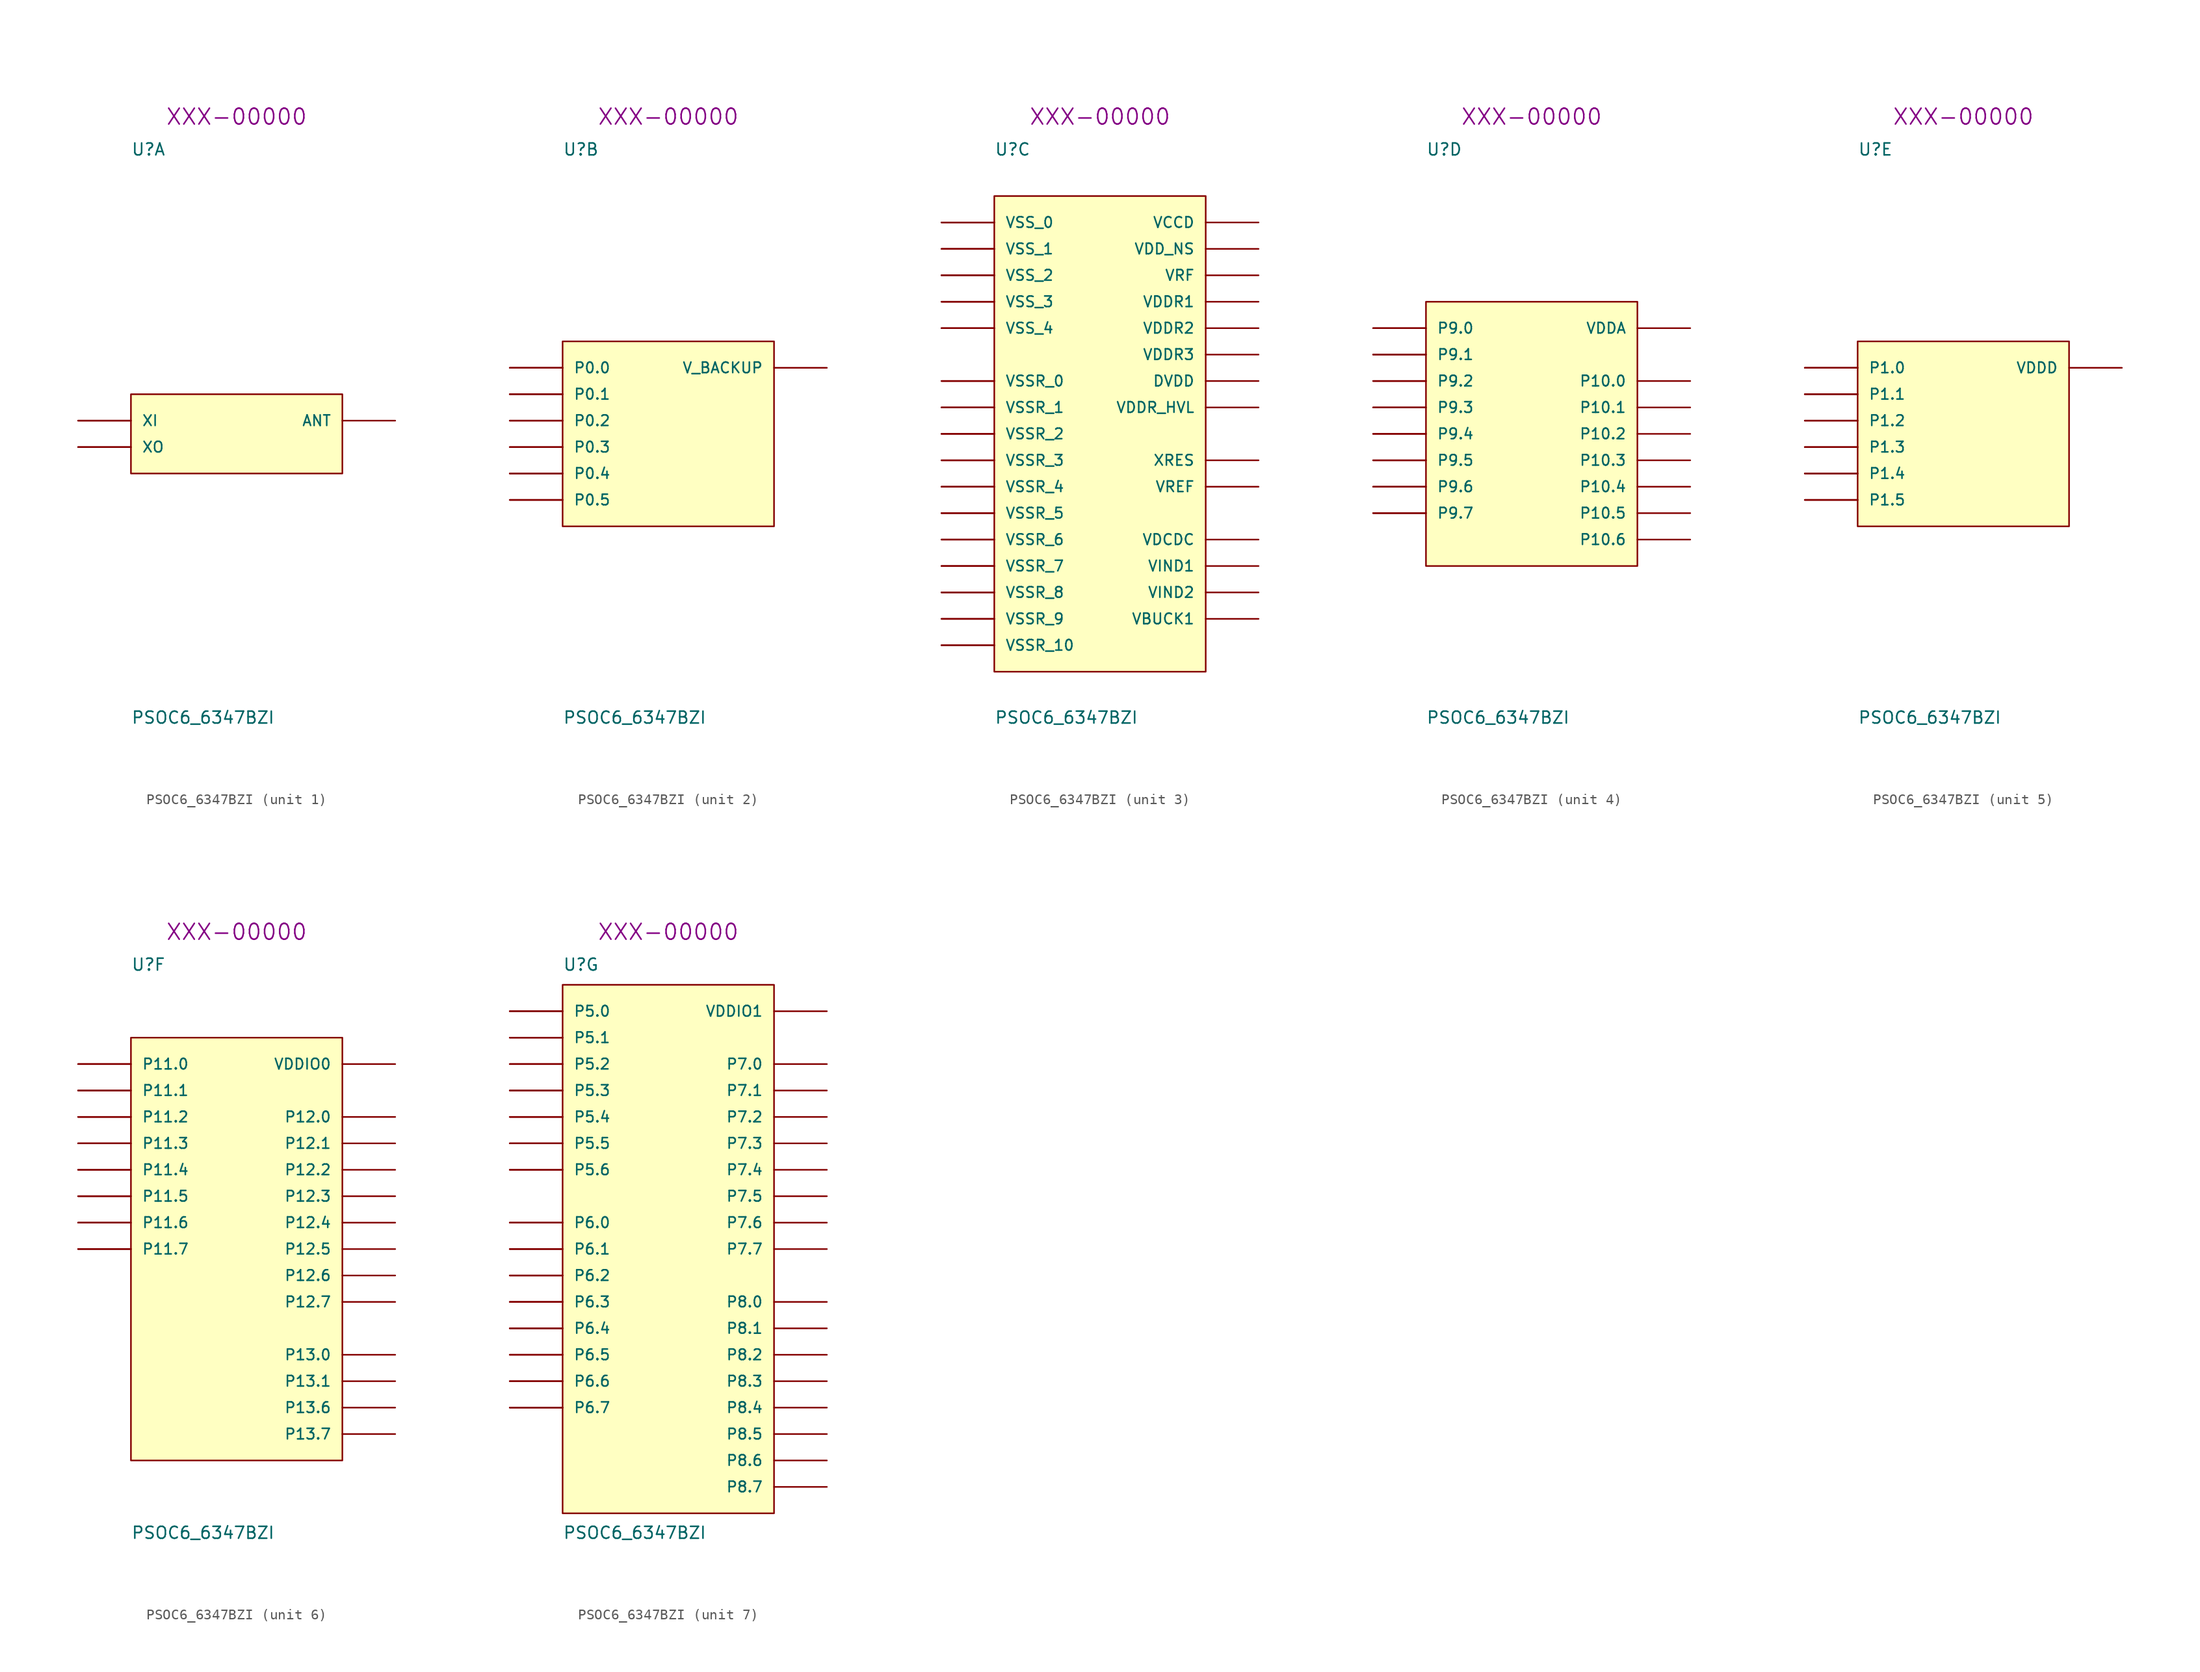
<source format=kicad_sym>
(kicad_symbol_lib
  (version 20220914)
  (generator kicad_symbol_editor)
  (symbol "PSOC6_6347BZI"
    (pin_names
      (offset 1.016))
    (property "Reference" "U"
      (at -10.16 26.67 0)
      (effects (font (size 1.143 1.143)) (justify left bottom)))
    (property "Value" "PSOC6_6347BZI"
      (at -10.16 -27.94 0)
      (effects (font (size 1.143 1.143)) (justify left bottom)))
    (property "Field4" "XXX-00000"
      (at 0 30.48 0)
      (effects (font (size 1.524 1.524))))
    (property "ki_locked" ""
      (at 0 0 0)
      (effects (font (size 1.27 1.27))))
    (symbol "PSOC6_6347BZI_1_0"
      (polyline (pts (xy -15.24 -1.27) (xy -10.16 -1.27)) (stroke (width 0) (type solid)) (fill (type none)))
      (polyline (pts (xy -15.24 1.27) (xy -10.16 1.27)) (stroke (width 0) (type solid)) (fill (type none))))
    (symbol "PSOC6_6347BZI_1_1"
      (polyline (pts (xy -10.16 3.81) (xy 10.16 3.81) (xy 10.16 -3.81) (xy -10.16 -3.81) (xy -10.16 3.81)) (stroke (width 0) (type solid)) (fill (type background)))
      (pin bidirectional line (at 15.24 1.27 180) (length 5.08) (name "ANT" (effects (font (size 1.016 1.016)))) (number "~" (effects (font (size 1.016 1.016)))))
      (pin bidirectional line (at -15.24 1.27 0) (length 5.08) (name "XI" (effects (font (size 1.016 1.016)))) (number "~" (effects (font (size 1.016 1.016)))))
      (pin bidirectional line (at -15.24 -1.27 0) (length 5.08) (name "XO" (effects (font (size 1.016 1.016)))) (number "~" (effects (font (size 1.016 1.016))))))
    (symbol "PSOC6_6347BZI_2_0"
      (polyline (pts (xy -15.24 -6.35) (xy -10.16 -6.35)) (stroke (width 0) (type solid)) (fill (type none)))
      (polyline (pts (xy -15.24 -3.81) (xy -10.16 -3.81)) (stroke (width 0) (type solid)) (fill (type none)))
      (polyline (pts (xy -15.24 -1.27) (xy -10.16 -1.27)) (stroke (width 0) (type solid)) (fill (type none)))
      (polyline (pts (xy -15.24 1.27) (xy -10.16 1.27)) (stroke (width 0) (type solid)) (fill (type none)))
      (polyline (pts (xy -15.24 3.81) (xy -10.16 3.81)) (stroke (width 0) (type solid)) (fill (type none)))
      (polyline (pts (xy -15.24 6.35) (xy -10.16 6.35)) (stroke (width 0) (type solid)) (fill (type none))))
    (symbol "PSOC6_6347BZI_2_1"
      (polyline (pts (xy -10.16 8.89) (xy -10.16 -8.89) (xy 10.16 -8.89) (xy 10.16 8.89) (xy -10.16 8.89)) (stroke (width 0) (type solid)) (fill (type background)))
      (pin bidirectional line (at -15.24 6.35 0) (length 5.08) (name "P0.0" (effects (font (size 1.016 1.016)))) (number "~" (effects (font (size 1.016 1.016)))))
      (pin bidirectional line (at -15.24 3.81 0) (length 5.08) (name "P0.1" (effects (font (size 1.016 1.016)))) (number "~" (effects (font (size 1.016 1.016)))))
      (pin bidirectional line (at -15.24 1.27 0) (length 5.08) (name "P0.2" (effects (font (size 1.016 1.016)))) (number "~" (effects (font (size 1.016 1.016)))))
      (pin bidirectional line (at -15.24 -1.27 0) (length 5.08) (name "P0.3" (effects (font (size 1.016 1.016)))) (number "~" (effects (font (size 1.016 1.016)))))
      (pin bidirectional line (at -15.24 -3.81 0) (length 5.08) (name "P0.4" (effects (font (size 1.016 1.016)))) (number "~" (effects (font (size 1.016 1.016)))))
      (pin bidirectional line (at -15.24 -6.35 0) (length 5.08) (name "P0.5" (effects (font (size 1.016 1.016)))) (number "~" (effects (font (size 1.016 1.016)))))
      (pin bidirectional line (at 15.24 6.35 180) (length 5.08) (name "V_BACKUP" (effects (font (size 1.016 1.016)))) (number "~" (effects (font (size 1.016 1.016))))))
    (symbol "PSOC6_6347BZI_3_0"
      (polyline (pts (xy -15.24 -20.32) (xy -10.16 -20.32)) (stroke (width 0) (type solid)) (fill (type none)))
      (polyline (pts (xy -15.24 -17.78) (xy -10.16 -17.78)) (stroke (width 0) (type solid)) (fill (type none)))
      (polyline (pts (xy -15.24 -15.24) (xy -10.16 -15.24)) (stroke (width 0) (type solid)) (fill (type none)))
      (polyline (pts (xy -15.24 -12.7) (xy -10.16 -12.7)) (stroke (width 0) (type solid)) (fill (type none)))
      (polyline (pts (xy -15.24 -10.16) (xy -10.16 -10.16)) (stroke (width 0) (type solid)) (fill (type none)))
      (polyline (pts (xy -15.24 -7.62) (xy -10.16 -7.62)) (stroke (width 0) (type solid)) (fill (type none)))
      (polyline (pts (xy -15.24 -5.08) (xy -10.16 -5.08)) (stroke (width 0) (type solid)) (fill (type none)))
      (polyline (pts (xy -15.24 -2.54) (xy -10.16 -2.54)) (stroke (width 0) (type solid)) (fill (type none)))
      (polyline (pts (xy -15.24 0) (xy -10.16 0)) (stroke (width 0) (type solid)) (fill (type none)))
      (polyline (pts (xy -15.24 2.54) (xy -10.16 2.54)) (stroke (width 0) (type solid)) (fill (type none)))
      (polyline (pts (xy -15.24 5.08) (xy -10.16 5.08)) (stroke (width 0) (type solid)) (fill (type none)))
      (polyline (pts (xy -15.24 10.16) (xy -10.16 10.16)) (stroke (width 0) (type solid)) (fill (type none)))
      (polyline (pts (xy -15.24 12.7) (xy -10.16 12.7)) (stroke (width 0) (type solid)) (fill (type none)))
      (polyline (pts (xy -15.24 15.24) (xy -10.16 15.24)) (stroke (width 0) (type solid)) (fill (type none)))
      (polyline (pts (xy -15.24 17.78) (xy -10.16 17.78)) (stroke (width 0) (type solid)) (fill (type none)))
      (polyline (pts (xy -15.24 20.32) (xy -10.16 20.32)) (stroke (width 0) (type solid)) (fill (type none))))
    (symbol "PSOC6_6347BZI_3_1"
      (polyline (pts (xy -10.16 22.86) (xy 10.16 22.86) (xy 10.16 -22.86) (xy -10.16 -22.86) (xy -10.16 22.86)) (stroke (width 0) (type solid)) (fill (type background)))
      (pin bidirectional line (at 15.24 5.08 180) (length 5.08) (name "DVDD" (effects (font (size 1.016 1.016)))) (number "~" (effects (font (size 1.016 1.016)))))
      (pin bidirectional line (at 15.24 -17.78 180) (length 5.08) (name "VBUCK1" (effects (font (size 1.016 1.016)))) (number "~" (effects (font (size 1.016 1.016)))))
      (pin bidirectional line (at 15.24 20.32 180) (length 5.08) (name "VCCD" (effects (font (size 1.016 1.016)))) (number "~" (effects (font (size 1.016 1.016)))))
      (pin bidirectional line (at 15.24 -10.16 180) (length 5.08) (name "VDCDC" (effects (font (size 1.016 1.016)))) (number "~" (effects (font (size 1.016 1.016)))))
      (pin bidirectional line (at 15.24 12.7 180) (length 5.08) (name "VDDR1" (effects (font (size 1.016 1.016)))) (number "~" (effects (font (size 1.016 1.016)))))
      (pin bidirectional line (at 15.24 10.16 180) (length 5.08) (name "VDDR2" (effects (font (size 1.016 1.016)))) (number "~" (effects (font (size 1.016 1.016)))))
      (pin bidirectional line (at 15.24 7.62 180) (length 5.08) (name "VDDR3" (effects (font (size 1.016 1.016)))) (number "~" (effects (font (size 1.016 1.016)))))
      (pin bidirectional line (at 15.24 2.54 180) (length 5.08) (name "VDDR_HVL" (effects (font (size 1.016 1.016)))) (number "~" (effects (font (size 1.016 1.016)))))
      (pin bidirectional line (at 15.24 17.78 180) (length 5.08) (name "VDD_NS" (effects (font (size 1.016 1.016)))) (number "~" (effects (font (size 1.016 1.016)))))
      (pin bidirectional line (at 15.24 -12.7 180) (length 5.08) (name "VIND1" (effects (font (size 1.016 1.016)))) (number "~" (effects (font (size 1.016 1.016)))))
      (pin bidirectional line (at 15.24 -15.24 180) (length 5.08) (name "VIND2" (effects (font (size 1.016 1.016)))) (number "~" (effects (font (size 1.016 1.016)))))
      (pin bidirectional line (at 15.24 -5.08 180) (length 5.08) (name "VREF" (effects (font (size 1.016 1.016)))) (number "~" (effects (font (size 1.016 1.016)))))
      (pin bidirectional line (at 15.24 15.24 180) (length 5.08) (name "VRF" (effects (font (size 1.016 1.016)))) (number "~" (effects (font (size 1.016 1.016)))))
      (pin bidirectional line (at -15.24 5.08 0) (length 5.08) (name "VSSR_0" (effects (font (size 1.016 1.016)))) (number "~" (effects (font (size 1.016 1.016)))))
      (pin bidirectional line (at -15.24 2.54 0) (length 5.08) (name "VSSR_1" (effects (font (size 1.016 1.016)))) (number "~" (effects (font (size 1.016 1.016)))))
      (pin bidirectional line (at -15.24 -20.32 0) (length 5.08) (name "VSSR_10" (effects (font (size 1.016 1.016)))) (number "~" (effects (font (size 1.016 1.016)))))
      (pin bidirectional line (at -15.24 0 0) (length 5.08) (name "VSSR_2" (effects (font (size 1.016 1.016)))) (number "~" (effects (font (size 1.016 1.016)))))
      (pin bidirectional line (at -15.24 -2.54 0) (length 5.08) (name "VSSR_3" (effects (font (size 1.016 1.016)))) (number "~" (effects (font (size 1.016 1.016)))))
      (pin bidirectional line (at -15.24 -5.08 0) (length 5.08) (name "VSSR_4" (effects (font (size 1.016 1.016)))) (number "~" (effects (font (size 1.016 1.016)))))
      (pin bidirectional line (at -15.24 -7.62 0) (length 5.08) (name "VSSR_5" (effects (font (size 1.016 1.016)))) (number "~" (effects (font (size 1.016 1.016)))))
      (pin bidirectional line (at -15.24 -10.16 0) (length 5.08) (name "VSSR_6" (effects (font (size 1.016 1.016)))) (number "~" (effects (font (size 1.016 1.016)))))
      (pin bidirectional line (at -15.24 -12.7 0) (length 5.08) (name "VSSR_7" (effects (font (size 1.016 1.016)))) (number "~" (effects (font (size 1.016 1.016)))))
      (pin bidirectional line (at -15.24 -15.24 0) (length 5.08) (name "VSSR_8" (effects (font (size 1.016 1.016)))) (number "~" (effects (font (size 1.016 1.016)))))
      (pin bidirectional line (at -15.24 -17.78 0) (length 5.08) (name "VSSR_9" (effects (font (size 1.016 1.016)))) (number "~" (effects (font (size 1.016 1.016)))))
      (pin bidirectional line (at -15.24 20.32 0) (length 5.08) (name "VSS_0" (effects (font (size 1.016 1.016)))) (number "~" (effects (font (size 1.016 1.016)))))
      (pin bidirectional line (at -15.24 17.78 0) (length 5.08) (name "VSS_1" (effects (font (size 1.016 1.016)))) (number "~" (effects (font (size 1.016 1.016)))))
      (pin bidirectional line (at -15.24 15.24 0) (length 5.08) (name "VSS_2" (effects (font (size 1.016 1.016)))) (number "~" (effects (font (size 1.016 1.016)))))
      (pin bidirectional line (at -15.24 12.7 0) (length 5.08) (name "VSS_3" (effects (font (size 1.016 1.016)))) (number "~" (effects (font (size 1.016 1.016)))))
      (pin bidirectional line (at -15.24 10.16 0) (length 5.08) (name "VSS_4" (effects (font (size 1.016 1.016)))) (number "~" (effects (font (size 1.016 1.016)))))
      (pin bidirectional line (at 15.24 -2.54 180) (length 5.08) (name "XRES" (effects (font (size 1.016 1.016)))) (number "~" (effects (font (size 1.016 1.016))))))
    (symbol "PSOC6_6347BZI_4_0"
      (polyline (pts (xy -15.24 -7.62) (xy -10.16 -7.62)) (stroke (width 0) (type solid)) (fill (type none)))
      (polyline (pts (xy -15.24 -5.08) (xy -10.16 -5.08)) (stroke (width 0) (type solid)) (fill (type none)))
      (polyline (pts (xy -15.24 -2.54) (xy -10.16 -2.54)) (stroke (width 0) (type solid)) (fill (type none)))
      (polyline (pts (xy -15.24 0) (xy -10.16 0)) (stroke (width 0) (type solid)) (fill (type none)))
      (polyline (pts (xy -15.24 2.54) (xy -10.16 2.54)) (stroke (width 0) (type solid)) (fill (type none)))
      (polyline (pts (xy -15.24 5.08) (xy -10.16 5.08)) (stroke (width 0) (type solid)) (fill (type none)))
      (polyline (pts (xy -15.24 7.62) (xy -10.16 7.62)) (stroke (width 0) (type solid)) (fill (type none)))
      (polyline (pts (xy -15.24 10.16) (xy -10.16 10.16)) (stroke (width 0) (type solid)) (fill (type none))))
    (symbol "PSOC6_6347BZI_4_1"
      (polyline (pts (xy 10.16 -12.7) (xy -10.16 -12.7) (xy -10.16 12.7) (xy 10.16 12.7) (xy 10.16 -12.7)) (stroke (width 0) (type solid)) (fill (type background)))
      (pin bidirectional line (at 15.24 5.08 180) (length 5.08) (name "P10.0" (effects (font (size 1.016 1.016)))) (number "~" (effects (font (size 1.016 1.016)))))
      (pin bidirectional line (at 15.24 2.54 180) (length 5.08) (name "P10.1" (effects (font (size 1.016 1.016)))) (number "~" (effects (font (size 1.016 1.016)))))
      (pin bidirectional line (at 15.24 0 180) (length 5.08) (name "P10.2" (effects (font (size 1.016 1.016)))) (number "~" (effects (font (size 1.016 1.016)))))
      (pin bidirectional line (at 15.24 -2.54 180) (length 5.08) (name "P10.3" (effects (font (size 1.016 1.016)))) (number "~" (effects (font (size 1.016 1.016)))))
      (pin bidirectional line (at 15.24 -5.08 180) (length 5.08) (name "P10.4" (effects (font (size 1.016 1.016)))) (number "~" (effects (font (size 1.016 1.016)))))
      (pin bidirectional line (at 15.24 -7.62 180) (length 5.08) (name "P10.5" (effects (font (size 1.016 1.016)))) (number "~" (effects (font (size 1.016 1.016)))))
      (pin bidirectional line (at 15.24 -10.16 180) (length 5.08) (name "P10.6" (effects (font (size 1.016 1.016)))) (number "~" (effects (font (size 1.016 1.016)))))
      (pin bidirectional line (at -15.24 10.16 0) (length 5.08) (name "P9.0" (effects (font (size 1.016 1.016)))) (number "~" (effects (font (size 1.016 1.016)))))
      (pin bidirectional line (at -15.24 7.62 0) (length 5.08) (name "P9.1" (effects (font (size 1.016 1.016)))) (number "~" (effects (font (size 1.016 1.016)))))
      (pin bidirectional line (at -15.24 5.08 0) (length 5.08) (name "P9.2" (effects (font (size 1.016 1.016)))) (number "~" (effects (font (size 1.016 1.016)))))
      (pin bidirectional line (at -15.24 2.54 0) (length 5.08) (name "P9.3" (effects (font (size 1.016 1.016)))) (number "~" (effects (font (size 1.016 1.016)))))
      (pin bidirectional line (at -15.24 0 0) (length 5.08) (name "P9.4" (effects (font (size 1.016 1.016)))) (number "~" (effects (font (size 1.016 1.016)))))
      (pin bidirectional line (at -15.24 -2.54 0) (length 5.08) (name "P9.5" (effects (font (size 1.016 1.016)))) (number "~" (effects (font (size 1.016 1.016)))))
      (pin bidirectional line (at -15.24 -5.08 0) (length 5.08) (name "P9.6" (effects (font (size 1.016 1.016)))) (number "~" (effects (font (size 1.016 1.016)))))
      (pin bidirectional line (at -15.24 -7.62 0) (length 5.08) (name "P9.7" (effects (font (size 1.016 1.016)))) (number "~" (effects (font (size 1.016 1.016)))))
      (pin bidirectional line (at 15.24 10.16 180) (length 5.08) (name "VDDA" (effects (font (size 1.016 1.016)))) (number "~" (effects (font (size 1.016 1.016))))))
    (symbol "PSOC6_6347BZI_5_0"
      (polyline (pts (xy -15.24 -6.35) (xy -10.16 -6.35)) (stroke (width 0) (type solid)) (fill (type none)))
      (polyline (pts (xy -15.24 -3.81) (xy -10.16 -3.81)) (stroke (width 0) (type solid)) (fill (type none)))
      (polyline (pts (xy -15.24 -1.27) (xy -10.16 -1.27)) (stroke (width 0) (type solid)) (fill (type none)))
      (polyline (pts (xy -15.24 1.27) (xy -10.16 1.27)) (stroke (width 0) (type solid)) (fill (type none)))
      (polyline (pts (xy -15.24 3.81) (xy -10.16 3.81)) (stroke (width 0) (type solid)) (fill (type none)))
      (polyline (pts (xy -15.24 6.35) (xy -10.16 6.35)) (stroke (width 0) (type solid)) (fill (type none))))
    (symbol "PSOC6_6347BZI_5_1"
      (polyline (pts (xy -10.16 8.89) (xy -10.16 -8.89) (xy 10.16 -8.89) (xy 10.16 8.89) (xy -10.16 8.89)) (stroke (width 0) (type solid)) (fill (type background)))
      (pin bidirectional line (at -15.24 6.35 0) (length 5.08) (name "P1.0" (effects (font (size 1.016 1.016)))) (number "~" (effects (font (size 1.016 1.016)))))
      (pin bidirectional line (at -15.24 3.81 0) (length 5.08) (name "P1.1" (effects (font (size 1.016 1.016)))) (number "~" (effects (font (size 1.016 1.016)))))
      (pin bidirectional line (at -15.24 1.27 0) (length 5.08) (name "P1.2" (effects (font (size 1.016 1.016)))) (number "~" (effects (font (size 1.016 1.016)))))
      (pin bidirectional line (at -15.24 -1.27 0) (length 5.08) (name "P1.3" (effects (font (size 1.016 1.016)))) (number "~" (effects (font (size 1.016 1.016)))))
      (pin bidirectional line (at -15.24 -3.81 0) (length 5.08) (name "P1.4" (effects (font (size 1.016 1.016)))) (number "~" (effects (font (size 1.016 1.016)))))
      (pin bidirectional line (at -15.24 -6.35 0) (length 5.08) (name "P1.5" (effects (font (size 1.016 1.016)))) (number "~" (effects (font (size 1.016 1.016)))))
      (pin bidirectional line (at 15.24 6.35 180) (length 5.08) (name "VDDD" (effects (font (size 1.016 1.016)))) (number "~" (effects (font (size 1.016 1.016))))))
    (symbol "PSOC6_6347BZI_6_0"
      (polyline (pts (xy -15.24 0) (xy -10.16 0)) (stroke (width 0) (type solid)) (fill (type none)))
      (polyline (pts (xy -15.24 2.54) (xy -10.16 2.54)) (stroke (width 0) (type solid)) (fill (type none)))
      (polyline (pts (xy -15.24 5.08) (xy -10.16 5.08)) (stroke (width 0) (type solid)) (fill (type none)))
      (polyline (pts (xy -15.24 7.62) (xy -10.16 7.62)) (stroke (width 0) (type solid)) (fill (type none)))
      (polyline (pts (xy -15.24 10.16) (xy -10.16 10.16)) (stroke (width 0) (type solid)) (fill (type none)))
      (polyline (pts (xy -15.24 12.7) (xy -10.16 12.7)) (stroke (width 0) (type solid)) (fill (type none)))
      (polyline (pts (xy -15.24 15.24) (xy -10.16 15.24)) (stroke (width 0) (type solid)) (fill (type none)))
      (polyline (pts (xy -15.24 17.78) (xy -10.16 17.78)) (stroke (width 0) (type solid)) (fill (type none))))
    (symbol "PSOC6_6347BZI_6_1"
      (polyline (pts (xy -10.16 20.32) (xy 10.16 20.32) (xy 10.16 -20.32) (xy -10.16 -20.32) (xy -10.16 20.32)) (stroke (width 0) (type solid)) (fill (type background)))
      (pin bidirectional line (at -15.24 17.78 0) (length 5.08) (name "P11.0" (effects (font (size 1.016 1.016)))) (number "~" (effects (font (size 1.016 1.016)))))
      (pin bidirectional line (at -15.24 15.24 0) (length 5.08) (name "P11.1" (effects (font (size 1.016 1.016)))) (number "~" (effects (font (size 1.016 1.016)))))
      (pin bidirectional line (at -15.24 12.7 0) (length 5.08) (name "P11.2" (effects (font (size 1.016 1.016)))) (number "~" (effects (font (size 1.016 1.016)))))
      (pin bidirectional line (at -15.24 10.16 0) (length 5.08) (name "P11.3" (effects (font (size 1.016 1.016)))) (number "~" (effects (font (size 1.016 1.016)))))
      (pin bidirectional line (at -15.24 7.62 0) (length 5.08) (name "P11.4" (effects (font (size 1.016 1.016)))) (number "~" (effects (font (size 1.016 1.016)))))
      (pin bidirectional line (at -15.24 5.08 0) (length 5.08) (name "P11.5" (effects (font (size 1.016 1.016)))) (number "~" (effects (font (size 1.016 1.016)))))
      (pin bidirectional line (at -15.24 2.54 0) (length 5.08) (name "P11.6" (effects (font (size 1.016 1.016)))) (number "~" (effects (font (size 1.016 1.016)))))
      (pin bidirectional line (at -15.24 0 0) (length 5.08) (name "P11.7" (effects (font (size 1.016 1.016)))) (number "~" (effects (font (size 1.016 1.016)))))
      (pin bidirectional line (at 15.24 12.7 180) (length 5.08) (name "P12.0" (effects (font (size 1.016 1.016)))) (number "~" (effects (font (size 1.016 1.016)))))
      (pin bidirectional line (at 15.24 10.16 180) (length 5.08) (name "P12.1" (effects (font (size 1.016 1.016)))) (number "~" (effects (font (size 1.016 1.016)))))
      (pin bidirectional line (at 15.24 7.62 180) (length 5.08) (name "P12.2" (effects (font (size 1.016 1.016)))) (number "~" (effects (font (size 1.016 1.016)))))
      (pin bidirectional line (at 15.24 5.08 180) (length 5.08) (name "P12.3" (effects (font (size 1.016 1.016)))) (number "~" (effects (font (size 1.016 1.016)))))
      (pin bidirectional line (at 15.24 2.54 180) (length 5.08) (name "P12.4" (effects (font (size 1.016 1.016)))) (number "~" (effects (font (size 1.016 1.016)))))
      (pin bidirectional line (at 15.24 0 180) (length 5.08) (name "P12.5" (effects (font (size 1.016 1.016)))) (number "~" (effects (font (size 1.016 1.016)))))
      (pin bidirectional line (at 15.24 -2.54 180) (length 5.08) (name "P12.6" (effects (font (size 1.016 1.016)))) (number "~" (effects (font (size 1.016 1.016)))))
      (pin bidirectional line (at 15.24 -5.08 180) (length 5.08) (name "P12.7" (effects (font (size 1.016 1.016)))) (number "~" (effects (font (size 1.016 1.016)))))
      (pin bidirectional line (at 15.24 -10.16 180) (length 5.08) (name "P13.0" (effects (font (size 1.016 1.016)))) (number "~" (effects (font (size 1.016 1.016)))))
      (pin bidirectional line (at 15.24 -12.7 180) (length 5.08) (name "P13.1" (effects (font (size 1.016 1.016)))) (number "~" (effects (font (size 1.016 1.016)))))
      (pin bidirectional line (at 15.24 -15.24 180) (length 5.08) (name "P13.6" (effects (font (size 1.016 1.016)))) (number "~" (effects (font (size 1.016 1.016)))))
      (pin bidirectional line (at 15.24 -17.78 180) (length 5.08) (name "P13.7" (effects (font (size 1.016 1.016)))) (number "~" (effects (font (size 1.016 1.016)))))
      (pin bidirectional line (at 15.24 17.78 180) (length 5.08) (name "VDDIO0" (effects (font (size 1.016 1.016)))) (number "~" (effects (font (size 1.016 1.016))))))
    (symbol "PSOC6_6347BZI_7_0"
      (polyline (pts (xy -15.24 -15.24) (xy -10.16 -15.24)) (stroke (width 0) (type solid)) (fill (type none)))
      (polyline (pts (xy -15.24 -12.7) (xy -10.16 -12.7)) (stroke (width 0) (type solid)) (fill (type none)))
      (polyline (pts (xy -15.24 -10.16) (xy -10.16 -10.16)) (stroke (width 0) (type solid)) (fill (type none)))
      (polyline (pts (xy -15.24 -7.62) (xy -10.16 -7.62)) (stroke (width 0) (type solid)) (fill (type none)))
      (polyline (pts (xy -15.24 -5.08) (xy -10.16 -5.08)) (stroke (width 0) (type solid)) (fill (type none)))
      (polyline (pts (xy -15.24 -2.54) (xy -10.16 -2.54)) (stroke (width 0) (type solid)) (fill (type none)))
      (polyline (pts (xy -15.24 0) (xy -10.16 0)) (stroke (width 0) (type solid)) (fill (type none)))
      (polyline (pts (xy -15.24 2.54) (xy -10.16 2.54)) (stroke (width 0) (type solid)) (fill (type none)))
      (polyline (pts (xy -15.24 7.62) (xy -10.16 7.62)) (stroke (width 0) (type solid)) (fill (type none)))
      (polyline (pts (xy -15.24 10.16) (xy -10.16 10.16)) (stroke (width 0) (type solid)) (fill (type none)))
      (polyline (pts (xy -15.24 12.7) (xy -10.16 12.7)) (stroke (width 0) (type solid)) (fill (type none)))
      (polyline (pts (xy -15.24 15.24) (xy -10.16 15.24)) (stroke (width 0) (type solid)) (fill (type none)))
      (polyline (pts (xy -15.24 17.78) (xy -10.16 17.78)) (stroke (width 0) (type solid)) (fill (type none)))
      (polyline (pts (xy -15.24 20.32) (xy -10.16 20.32)) (stroke (width 0) (type solid)) (fill (type none)))
      (polyline (pts (xy -15.24 22.86) (xy -10.16 22.86)) (stroke (width 0) (type solid)) (fill (type none))))
    (symbol "PSOC6_6347BZI_7_1"
      (polyline (pts (xy -10.16 25.4) (xy -10.16 -25.4) (xy 10.16 -25.4) (xy 10.16 25.4) (xy -10.16 25.4)) (stroke (width 0) (type solid)) (fill (type background)))
      (pin bidirectional line (at -15.24 22.86 0) (length 5.08) (name "P5.0" (effects (font (size 1.016 1.016)))) (number "~" (effects (font (size 1.016 1.016)))))
      (pin bidirectional line (at -15.24 20.32 0) (length 5.08) (name "P5.1" (effects (font (size 1.016 1.016)))) (number "~" (effects (font (size 1.016 1.016)))))
      (pin bidirectional line (at -15.24 17.78 0) (length 5.08) (name "P5.2" (effects (font (size 1.016 1.016)))) (number "~" (effects (font (size 1.016 1.016)))))
      (pin bidirectional line (at -15.24 15.24 0) (length 5.08) (name "P5.3" (effects (font (size 1.016 1.016)))) (number "~" (effects (font (size 1.016 1.016)))))
      (pin bidirectional line (at -15.24 12.7 0) (length 5.08) (name "P5.4" (effects (font (size 1.016 1.016)))) (number "~" (effects (font (size 1.016 1.016)))))
      (pin bidirectional line (at -15.24 10.16 0) (length 5.08) (name "P5.5" (effects (font (size 1.016 1.016)))) (number "~" (effects (font (size 1.016 1.016)))))
      (pin bidirectional line (at -15.24 7.62 0) (length 5.08) (name "P5.6" (effects (font (size 1.016 1.016)))) (number "~" (effects (font (size 1.016 1.016)))))
      (pin bidirectional line (at -15.24 2.54 0) (length 5.08) (name "P6.0" (effects (font (size 1.016 1.016)))) (number "~" (effects (font (size 1.016 1.016)))))
      (pin bidirectional line (at -15.24 0 0) (length 5.08) (name "P6.1" (effects (font (size 1.016 1.016)))) (number "~" (effects (font (size 1.016 1.016)))))
      (pin bidirectional line (at -15.24 -2.54 0) (length 5.08) (name "P6.2" (effects (font (size 1.016 1.016)))) (number "~" (effects (font (size 1.016 1.016)))))
      (pin bidirectional line (at -15.24 -5.08 0) (length 5.08) (name "P6.3" (effects (font (size 1.016 1.016)))) (number "~" (effects (font (size 1.016 1.016)))))
      (pin bidirectional line (at -15.24 -7.62 0) (length 5.08) (name "P6.4" (effects (font (size 1.016 1.016)))) (number "~" (effects (font (size 1.016 1.016)))))
      (pin bidirectional line (at -15.24 -10.16 0) (length 5.08) (name "P6.5" (effects (font (size 1.016 1.016)))) (number "~" (effects (font (size 1.016 1.016)))))
      (pin bidirectional line (at -15.24 -12.7 0) (length 5.08) (name "P6.6" (effects (font (size 1.016 1.016)))) (number "~" (effects (font (size 1.016 1.016)))))
      (pin bidirectional line (at -15.24 -15.24 0) (length 5.08) (name "P6.7" (effects (font (size 1.016 1.016)))) (number "~" (effects (font (size 1.016 1.016)))))
      (pin bidirectional line (at 15.24 17.78 180) (length 5.08) (name "P7.0" (effects (font (size 1.016 1.016)))) (number "~" (effects (font (size 1.016 1.016)))))
      (pin bidirectional line (at 15.24 15.24 180) (length 5.08) (name "P7.1" (effects (font (size 1.016 1.016)))) (number "~" (effects (font (size 1.016 1.016)))))
      (pin bidirectional line (at 15.24 12.7 180) (length 5.08) (name "P7.2" (effects (font (size 1.016 1.016)))) (number "~" (effects (font (size 1.016 1.016)))))
      (pin bidirectional line (at 15.24 10.16 180) (length 5.08) (name "P7.3" (effects (font (size 1.016 1.016)))) (number "~" (effects (font (size 1.016 1.016)))))
      (pin bidirectional line (at 15.24 7.62 180) (length 5.08) (name "P7.4" (effects (font (size 1.016 1.016)))) (number "~" (effects (font (size 1.016 1.016)))))
      (pin bidirectional line (at 15.24 5.08 180) (length 5.08) (name "P7.5" (effects (font (size 1.016 1.016)))) (number "~" (effects (font (size 1.016 1.016)))))
      (pin bidirectional line (at 15.24 2.54 180) (length 5.08) (name "P7.6" (effects (font (size 1.016 1.016)))) (number "~" (effects (font (size 1.016 1.016)))))
      (pin bidirectional line (at 15.24 0 180) (length 5.08) (name "P7.7" (effects (font (size 1.016 1.016)))) (number "~" (effects (font (size 1.016 1.016)))))
      (pin bidirectional line (at 15.24 -5.08 180) (length 5.08) (name "P8.0" (effects (font (size 1.016 1.016)))) (number "~" (effects (font (size 1.016 1.016)))))
      (pin bidirectional line (at 15.24 -7.62 180) (length 5.08) (name "P8.1" (effects (font (size 1.016 1.016)))) (number "~" (effects (font (size 1.016 1.016)))))
      (pin bidirectional line (at 15.24 -10.16 180) (length 5.08) (name "P8.2" (effects (font (size 1.016 1.016)))) (number "~" (effects (font (size 1.016 1.016)))))
      (pin bidirectional line (at 15.24 -12.7 180) (length 5.08) (name "P8.3" (effects (font (size 1.016 1.016)))) (number "~" (effects (font (size 1.016 1.016)))))
      (pin bidirectional line (at 15.24 -15.24 180) (length 5.08) (name "P8.4" (effects (font (size 1.016 1.016)))) (number "~" (effects (font (size 1.016 1.016)))))
      (pin bidirectional line (at 15.24 -17.78 180) (length 5.08) (name "P8.5" (effects (font (size 1.016 1.016)))) (number "~" (effects (font (size 1.016 1.016)))))
      (pin bidirectional line (at 15.24 -20.32 180) (length 5.08) (name "P8.6" (effects (font (size 1.016 1.016)))) (number "~" (effects (font (size 1.016 1.016)))))
      (pin bidirectional line (at 15.24 -22.86 180) (length 5.08) (name "P8.7" (effects (font (size 1.016 1.016)))) (number "~" (effects (font (size 1.016 1.016)))))
      (pin bidirectional line (at 15.24 22.86 180) (length 5.08) (name "VDDIO1" (effects (font (size 1.016 1.016)))) (number "~" (effects (font (size 1.016 1.016))))))))
</source>
